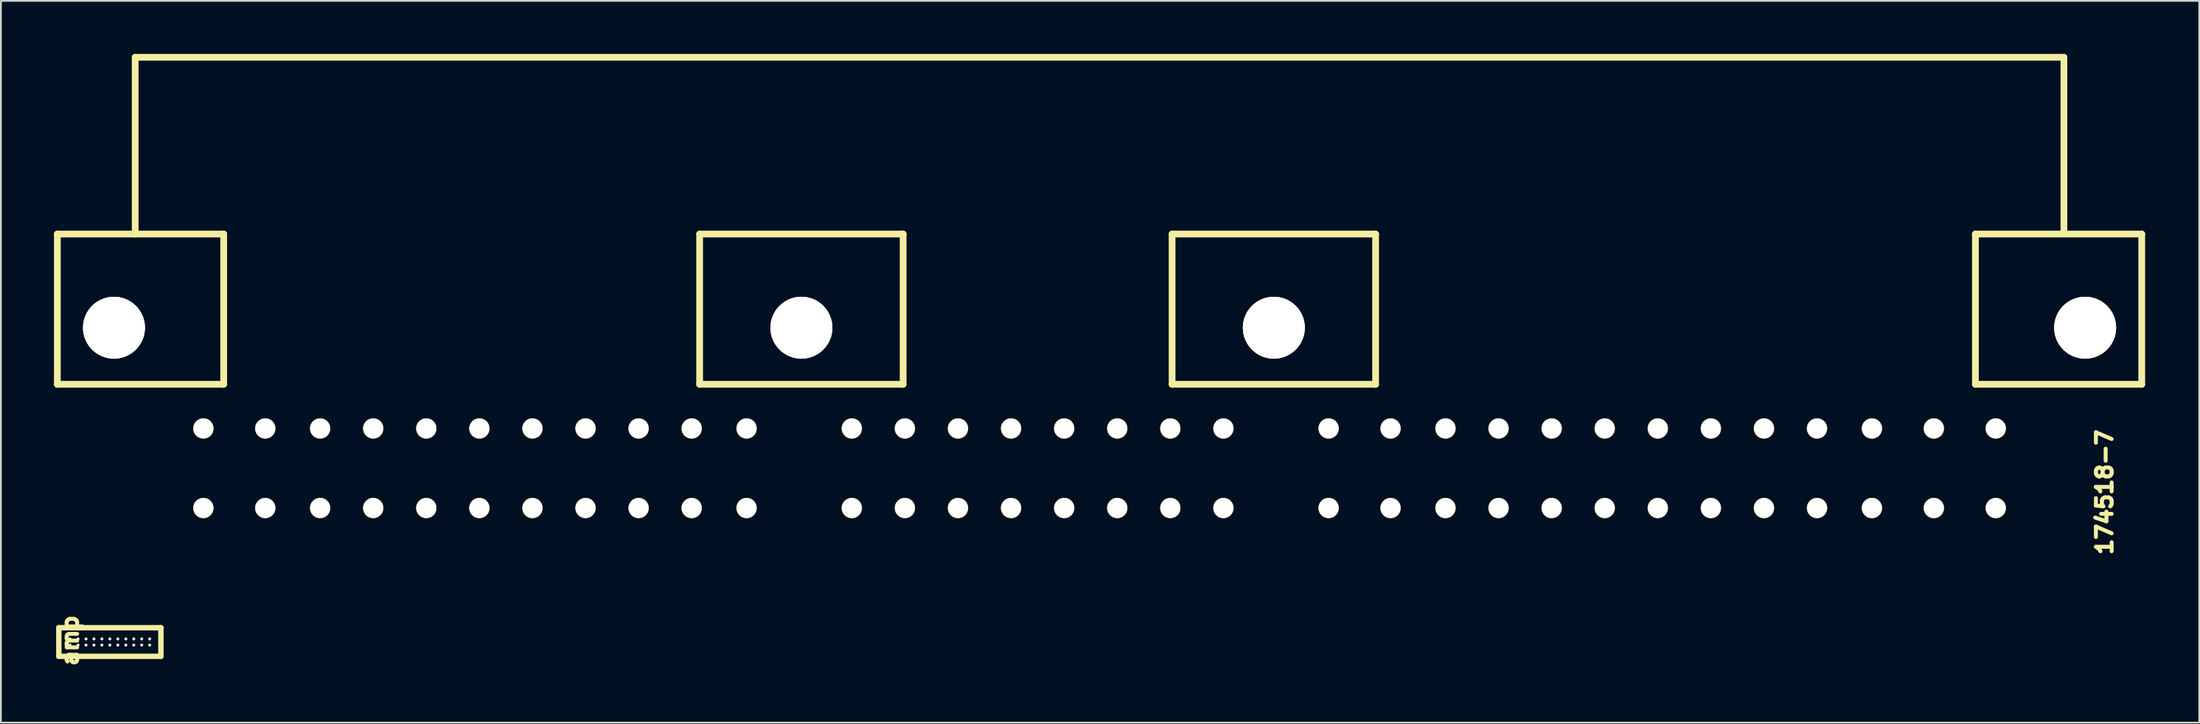
<source format=kicad_pcb>
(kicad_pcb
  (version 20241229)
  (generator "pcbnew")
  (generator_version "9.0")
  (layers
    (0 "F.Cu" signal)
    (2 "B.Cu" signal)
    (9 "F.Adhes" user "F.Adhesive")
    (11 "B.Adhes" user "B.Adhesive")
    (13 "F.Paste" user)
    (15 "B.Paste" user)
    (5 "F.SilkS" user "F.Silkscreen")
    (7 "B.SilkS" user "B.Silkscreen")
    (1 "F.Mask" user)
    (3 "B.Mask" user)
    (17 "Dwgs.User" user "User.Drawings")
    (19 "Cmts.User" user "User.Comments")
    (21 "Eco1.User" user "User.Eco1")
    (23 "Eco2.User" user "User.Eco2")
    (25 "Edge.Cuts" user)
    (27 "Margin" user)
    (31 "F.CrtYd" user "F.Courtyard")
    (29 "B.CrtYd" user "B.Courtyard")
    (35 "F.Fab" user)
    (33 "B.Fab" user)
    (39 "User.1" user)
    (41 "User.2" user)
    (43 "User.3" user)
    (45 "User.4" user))
  (footprint "174518-7"
    (layer "F.Cu")
    (at 117.991 25.69)
    (property "Reference" "174518-7" (at -2.101 -0.899 270) (layer "F.SilkS") (effects (font (size 0.889 0.889) (thickness 0.224))))
    (attr through_hole)
    (fp_line (start -117.8 -15.499) (end -108.4 -15.499) (stroke (width 0.381) (type solid)) (layer "F.SilkS"))
    (fp_line (start -117.8 -7) (end -117.8 -15.499) (stroke (width 0.381) (type solid)) (layer "F.SilkS"))
    (fp_line (start -117.8 -7) (end -108.4 -7) (stroke (width 0.381) (type solid)) (layer "F.SilkS"))
    (fp_line (start -113.401 -25.499) (end -113.401 -15.499) (stroke (width 0.381) (type solid)) (layer "F.SilkS"))
    (fp_line (start -113.401 -25.499) (end -4.399 -25.499) (stroke (width 0.381) (type solid)) (layer "F.SilkS"))
    (fp_line (start -108.4 -7) (end -108.4 -15.499) (stroke (width 0.381) (type solid)) (layer "F.SilkS"))
    (fp_line (start -81.501 -15.499) (end -70 -15.499) (stroke (width 0.381) (type solid)) (layer "F.SilkS"))
    (fp_line (start -81.501 -7) (end -81.501 -15.499) (stroke (width 0.381) (type solid)) (layer "F.SilkS"))
    (fp_line (start -81.501 -7) (end -70 -7) (stroke (width 0.381) (type solid)) (layer "F.SilkS"))
    (fp_line (start -70 -7) (end -70 -15.499) (stroke (width 0.381) (type solid)) (layer "F.SilkS"))
    (fp_line (start -54.8 -7) (end -54.8 -15.499) (stroke (width 0.381) (type solid)) (layer "F.SilkS"))
    (fp_line (start -43.299 -15.499) (end -54.8 -15.499) (stroke (width 0.381) (type solid)) (layer "F.SilkS"))
    (fp_line (start -43.299 -15.499) (end -43.299 -7) (stroke (width 0.381) (type solid)) (layer "F.SilkS"))
    (fp_line (start -43.299 -7) (end -54.8 -7) (stroke (width 0.381) (type solid)) (layer "F.SilkS"))
    (fp_line (start -9.401 -15.499) (end 0 -15.499) (stroke (width 0.381) (type solid)) (layer "F.SilkS"))
    (fp_line (start -9.401 -7) (end -9.401 -15.499) (stroke (width 0.381) (type solid)) (layer "F.SilkS"))
    (fp_line (start -4.399 -25.499) (end -4.399 -15.499) (stroke (width 0.381) (type solid)) (layer "F.SilkS"))
    (fp_line (start 0 -15.499) (end 0 -7) (stroke (width 0.381) (type solid)) (layer "F.SilkS"))
    (fp_line (start 0 -7) (end -9.401 -7) (stroke (width 0.381) (type solid)) (layer "F.SilkS"))
    (pad "" thru_hole circle (at -114.6 -10.201) (size 3.5 3.5) (drill 3.5) (layers "*.Cu" "*.Mask" "F.SilkS"))
    (pad "" thru_hole circle (at -75.75 -10.201) (size 3.5 3.5) (drill 3.5) (layers "*.Cu" "*.Mask" "F.SilkS"))
    (pad "" thru_hole circle (at -49.05 -10.201) (size 3.5 3.5) (drill 3.5) (layers "*.Cu" "*.Mask" "F.SilkS"))
    (pad "" thru_hole circle (at -3.2 -10.201) (size 3.5 3.5) (drill 3.5) (layers "*.Cu" "*.Mask" "F.SilkS"))
    (pad "1" thru_hole circle (at -8.25 0) (size 1.151 1.151) (drill 1.1) (layers "*.Cu" "*.Mask" "F.SilkS"))
    (pad "2" thru_hole circle (at -11.75 0) (size 1.151 1.151) (drill 1.1) (layers "*.Cu" "*.Mask" "F.SilkS"))
    (pad "3" thru_hole circle (at -15.25 0) (size 1.151 1.151) (drill 1.1) (layers "*.Cu" "*.Mask" "F.SilkS"))
    (pad "4" thru_hole circle (at -8.25 -4.501 180) (size 1.151 1.151) (drill 1.1) (layers "*.Cu" "*.Mask" "F.SilkS"))
    (pad "5" thru_hole circle (at -11.75 -4.501 180) (size 1.151 1.151) (drill 1.1) (layers "*.Cu" "*.Mask" "F.SilkS"))
    (pad "6" thru_hole circle (at -15.25 -4.501 180) (size 1.151 1.151) (drill 1.1) (layers "*.Cu" "*.Mask" "F.SilkS"))
    (pad "7" thru_hole circle (at -42.454 0) (size 1.151 1.151) (drill 1.1) (layers "*.Cu" "*.Mask" "F.SilkS"))
    (pad "8" thru_hole circle (at -45.954 0) (size 1.151 1.151) (drill 1.1) (layers "*.Cu" "*.Mask" "F.SilkS"))
    (pad "9" thru_hole circle (at -42.454 -4.501 180) (size 1.151 1.151) (drill 1.1) (layers "*.Cu" "*.Mask" "F.SilkS"))
    (pad "10" thru_hole circle (at -45.954 -4.501 180) (size 1.151 1.151) (drill 1.1) (layers "*.Cu" "*.Mask" "F.SilkS"))
    (pad "11" thru_hole circle (at -78.849 0) (size 1.151 1.151) (drill 1.1) (layers "*.Cu" "*.Mask" "F.SilkS"))
    (pad "12" thru_hole circle (at -78.849 -4.501 180) (size 1.151 1.151) (drill 1.1) (layers "*.Cu" "*.Mask" "F.SilkS"))
    (pad "13" thru_hole circle (at -106.05 0) (size 1.151 1.151) (drill 1.1) (layers "*.Cu" "*.Mask" "F.SilkS"))
    (pad "14" thru_hole circle (at -109.548 0) (size 1.151 1.151) (drill 1.1) (layers "*.Cu" "*.Mask" "F.SilkS"))
    (pad "15" thru_hole circle (at -106.05 -4.501 180) (size 1.151 1.151) (drill 1.1) (layers "*.Cu" "*.Mask" "F.SilkS"))
    (pad "16" thru_hole circle (at -109.548 -4.501 180) (size 1.151 1.151) (drill 1.1) (layers "*.Cu" "*.Mask" "F.SilkS"))
    (pad "17" thru_hole circle (at -18.352 0) (size 1.151 1.151) (drill 1.1) (layers "*.Cu" "*.Mask" "F.SilkS"))
    (pad "18" thru_hole circle (at -21.351 0) (size 1.151 1.151) (drill 1.1) (layers "*.Cu" "*.Mask" "F.SilkS"))
    (pad "19" thru_hole circle (at -24.351 0) (size 1.151 1.151) (drill 1.1) (layers "*.Cu" "*.Mask" "F.SilkS"))
    (pad "20" thru_hole circle (at -27.351 0) (size 1.151 1.151) (drill 1.1) (layers "*.Cu" "*.Mask" "F.SilkS"))
    (pad "21" thru_hole circle (at -30.35 0) (size 1.151 1.151) (drill 1.1) (layers "*.Cu" "*.Mask" "F.SilkS"))
    (pad "22" thru_hole circle (at -33.35 0) (size 1.151 1.151) (drill 1.1) (layers "*.Cu" "*.Mask" "F.SilkS"))
    (pad "23" thru_hole circle (at -36.35 0) (size 1.151 1.151) (drill 1.1) (layers "*.Cu" "*.Mask" "F.SilkS"))
    (pad "24" thru_hole circle (at -39.35 0) (size 1.151 1.151) (drill 1.1) (layers "*.Cu" "*.Mask" "F.SilkS"))
    (pad "25" thru_hole circle (at -18.352 -4.501 180) (size 1.151 1.151) (drill 1.1) (layers "*.Cu" "*.Mask" "F.SilkS"))
    (pad "26" thru_hole circle (at -21.351 -4.501 180) (size 1.151 1.151) (drill 1.1) (layers "*.Cu" "*.Mask" "F.SilkS"))
    (pad "27" thru_hole circle (at -24.351 -4.501 180) (size 1.151 1.151) (drill 1.1) (layers "*.Cu" "*.Mask" "F.SilkS"))
    (pad "28" thru_hole circle (at -27.351 -4.501 180) (size 1.151 1.151) (drill 1.1) (layers "*.Cu" "*.Mask" "F.SilkS"))
    (pad "29" thru_hole circle (at -30.35 -4.501 180) (size 1.151 1.151) (drill 1.1) (layers "*.Cu" "*.Mask" "F.SilkS"))
    (pad "30" thru_hole circle (at -33.35 -4.501 180) (size 1.151 1.151) (drill 1.1) (layers "*.Cu" "*.Mask" "F.SilkS"))
    (pad "31" thru_hole circle (at -36.35 -4.501 180) (size 1.151 1.151) (drill 1.1) (layers "*.Cu" "*.Mask" "F.SilkS"))
    (pad "32" thru_hole circle (at -39.35 -4.501 180) (size 1.151 1.151) (drill 1.1) (layers "*.Cu" "*.Mask" "F.SilkS"))
    (pad "33" thru_hole circle (at -51.9 0) (size 1.151 1.151) (drill 1.1) (layers "*.Cu" "*.Mask" "F.SilkS"))
    (pad "34" thru_hole circle (at -54.9 0) (size 1.151 1.151) (drill 1.1) (layers "*.Cu" "*.Mask" "F.SilkS"))
    (pad "35" thru_hole circle (at -57.899 0) (size 1.151 1.151) (drill 1.1) (layers "*.Cu" "*.Mask" "F.SilkS"))
    (pad "36" thru_hole circle (at -60.899 0) (size 1.151 1.151) (drill 1.1) (layers "*.Cu" "*.Mask" "F.SilkS"))
    (pad "37" thru_hole circle (at -63.901 0) (size 1.151 1.151) (drill 1.1) (layers "*.Cu" "*.Mask" "F.SilkS"))
    (pad "38" thru_hole circle (at -66.901 0) (size 1.151 1.151) (drill 1.1) (layers "*.Cu" "*.Mask" "F.SilkS"))
    (pad "39" thru_hole circle (at -69.901 0) (size 1.151 1.151) (drill 1.1) (layers "*.Cu" "*.Mask" "F.SilkS"))
    (pad "40" thru_hole circle (at -72.901 0) (size 1.151 1.151) (drill 1.1) (layers "*.Cu" "*.Mask" "F.SilkS"))
    (pad "41" thru_hole circle (at -51.9 -4.501 180) (size 1.151 1.151) (drill 1.1) (layers "*.Cu" "*.Mask" "F.SilkS"))
    (pad "42" thru_hole circle (at -54.9 -4.501 180) (size 1.151 1.151) (drill 1.1) (layers "*.Cu" "*.Mask" "F.SilkS"))
    (pad "43" thru_hole circle (at -57.899 -4.501 180) (size 1.151 1.151) (drill 1.1) (layers "*.Cu" "*.Mask" "F.SilkS"))
    (pad "44" thru_hole circle (at -60.899 -4.501 180) (size 1.151 1.151) (drill 1.1) (layers "*.Cu" "*.Mask" "F.SilkS"))
    (pad "45" thru_hole circle (at -63.901 -4.501 180) (size 1.151 1.151) (drill 1.1) (layers "*.Cu" "*.Mask" "F.SilkS"))
    (pad "46" thru_hole circle (at -66.901 -4.501 180) (size 1.151 1.151) (drill 1.1) (layers "*.Cu" "*.Mask" "F.SilkS"))
    (pad "47" thru_hole circle (at -69.901 -4.501 180) (size 1.151 1.151) (drill 1.1) (layers "*.Cu" "*.Mask" "F.SilkS"))
    (pad "48" thru_hole circle (at -72.901 -4.501 180) (size 1.151 1.151) (drill 1.1) (layers "*.Cu" "*.Mask" "F.SilkS"))
    (pad "49" thru_hole circle (at -81.951 0) (size 1.151 1.151) (drill 1.1) (layers "*.Cu" "*.Mask" "F.SilkS"))
    (pad "50" thru_hole circle (at -84.95 0) (size 1.151 1.151) (drill 1.1) (layers "*.Cu" "*.Mask" "F.SilkS"))
    (pad "51" thru_hole circle (at -87.95 0) (size 1.151 1.151) (drill 1.1) (layers "*.Cu" "*.Mask" "F.SilkS"))
    (pad "52" thru_hole circle (at -90.95 0) (size 1.151 1.151) (drill 1.1) (layers "*.Cu" "*.Mask" "F.SilkS"))
    (pad "53" thru_hole circle (at -93.95 0) (size 1.151 1.151) (drill 1.1) (layers "*.Cu" "*.Mask" "F.SilkS"))
    (pad "54" thru_hole circle (at -96.949 0) (size 1.151 1.151) (drill 1.1) (layers "*.Cu" "*.Mask" "F.SilkS"))
    (pad "55" thru_hole circle (at -99.949 0) (size 1.151 1.151) (drill 1.1) (layers "*.Cu" "*.Mask" "F.SilkS"))
    (pad "56" thru_hole circle (at -102.949 0) (size 1.151 1.151) (drill 1.1) (layers "*.Cu" "*.Mask" "F.SilkS"))
    (pad "57" thru_hole circle (at -81.951 -4.501 180) (size 1.151 1.151) (drill 1.1) (layers "*.Cu" "*.Mask" "F.SilkS"))
    (pad "58" thru_hole circle (at -84.95 -4.501 180) (size 1.151 1.151) (drill 1.1) (layers "*.Cu" "*.Mask" "F.SilkS"))
    (pad "59" thru_hole circle (at -87.95 -4.501 180) (size 1.151 1.151) (drill 1.1) (layers "*.Cu" "*.Mask" "F.SilkS"))
    (pad "60" thru_hole circle (at -90.95 -4.501 180) (size 1.151 1.151) (drill 1.1) (layers "*.Cu" "*.Mask" "F.SilkS"))
    (pad "61" thru_hole circle (at -93.95 -4.501 180) (size 1.151 1.151) (drill 1.1) (layers "*.Cu" "*.Mask" "F.SilkS"))
    (pad "62" thru_hole circle (at -96.949 -4.501 180) (size 1.151 1.151) (drill 1.1) (layers "*.Cu" "*.Mask" "F.SilkS"))
    (pad "63" thru_hole circle (at -99.949 -4.501 180) (size 1.151 1.151) (drill 1.1) (layers "*.Cu" "*.Mask" "F.SilkS"))
    (pad "64" thru_hole circle (at -102.949 -4.501 180) (size 1.151 1.151) (drill 1.1) (layers "*.Cu" "*.Mask" "F.SilkS")))
  (footprint "amp"
    (layer "F.Cu")
    (at 0.91 33.444)
    (property "Reference" "amp" (at 0 -0.254 270) (layer "F.SilkS") (effects (font (size 0.889 0.889) (thickness 0.305))))
    (attr through_hole)
    (fp_line (start -0.635 -0.983) (end -0.635 0.635) (stroke (width 0.305) (type solid)) (layer "F.SilkS"))
    (fp_line (start -0.635 0.635) (end 5.133 0.635) (stroke (width 0.305) (type solid)) (layer "F.SilkS"))
    (fp_line (start 5.133 -0.983) (end -0.635 -0.983) (stroke (width 0.305) (type solid)) (layer "F.SilkS"))
    (fp_line (start 5.133 0.635) (end 5.133 -0.983) (stroke (width 0.305) (type solid)) (layer "F.SilkS"))
    (pad "1" thru_hole circle (at 0 0) (size 0.16 0.16) (drill 0.109) (layers "*.Cu" "*.Mask" "F.SilkS"))
    (pad "2" thru_hole circle (at 0 -0.348 180) (size 0.16 0.16) (drill 0.109) (layers "*.Cu" "*.Mask" "F.SilkS"))
    (pad "3" thru_hole circle (at 0.45 0) (size 0.16 0.16) (drill 0.109) (layers "*.Cu" "*.Mask" "F.SilkS"))
    (pad "4" thru_hole circle (at 0.45 -0.348 180) (size 0.16 0.16) (drill 0.109) (layers "*.Cu" "*.Mask" "F.SilkS"))
    (pad "5" thru_hole circle (at 0.899 0) (size 0.16 0.16) (drill 0.109) (layers "*.Cu" "*.Mask" "F.SilkS"))
    (pad "6" thru_hole circle (at 0.899 -0.348 180) (size 0.16 0.16) (drill 0.109) (layers "*.Cu" "*.Mask" "F.SilkS"))
    (pad "7" thru_hole circle (at 1.349 0) (size 0.16 0.16) (drill 0.109) (layers "*.Cu" "*.Mask" "F.SilkS"))
    (pad "8" thru_hole circle (at 1.349 -0.348 180) (size 0.16 0.16) (drill 0.109) (layers "*.Cu" "*.Mask" "F.SilkS"))
    (pad "9" thru_hole circle (at 1.798 0) (size 0.16 0.16) (drill 0.109) (layers "*.Cu" "*.Mask" "F.SilkS"))
    (pad "10" thru_hole circle (at 1.798 -0.348 180) (size 0.16 0.16) (drill 0.109) (layers "*.Cu" "*.Mask" "F.SilkS"))
    (pad "11" thru_hole circle (at 2.248 0) (size 0.16 0.16) (drill 0.109) (layers "*.Cu" "*.Mask" "F.SilkS"))
    (pad "12" thru_hole circle (at 2.248 -0.348 180) (size 0.16 0.16) (drill 0.109) (layers "*.Cu" "*.Mask" "F.SilkS"))
    (pad "13" thru_hole circle (at 2.697 0) (size 0.16 0.16) (drill 0.109) (layers "*.Cu" "*.Mask" "F.SilkS"))
    (pad "14" thru_hole circle (at 2.697 -0.348 180) (size 0.16 0.16) (drill 0.109) (layers "*.Cu" "*.Mask" "F.SilkS"))
    (pad "15" thru_hole circle (at 3.15 0) (size 0.16 0.16) (drill 0.109) (layers "*.Cu" "*.Mask" "F.SilkS"))
    (pad "16" thru_hole circle (at 3.15 -0.348 180) (size 0.16 0.16) (drill 0.109) (layers "*.Cu" "*.Mask" "F.SilkS"))
    (pad "17" thru_hole circle (at 3.599 0) (size 0.16 0.16) (drill 0.109) (layers "*.Cu" "*.Mask" "F.SilkS"))
    (pad "18" thru_hole circle (at 3.599 -0.348 180) (size 0.16 0.16) (drill 0.109) (layers "*.Cu" "*.Mask" "F.SilkS"))
    (pad "19" thru_hole circle (at 4.049 0) (size 0.16 0.16) (drill 0.109) (layers "*.Cu" "*.Mask" "F.SilkS"))
    (pad "20" thru_hole circle (at 4.049 -0.348 180) (size 0.16 0.16) (drill 0.109) (layers "*.Cu" "*.Mask" "F.SilkS"))
    (pad "21" thru_hole circle (at 4.498 0) (size 0.16 0.16) (drill 0.109) (layers "*.Cu" "*.Mask" "F.SilkS"))
    (pad "22" thru_hole circle (at 4.498 -0.348 180) (size 0.16 0.16) (drill 0.109) (layers "*.Cu" "*.Mask" "F.SilkS")))
  (gr_rect
    (start -3 -3)
    (end 121.241 37.831)
    (stroke (width 0.1) (type default))
    (fill no)
    (layer "Edge.Cuts")))
</source>
